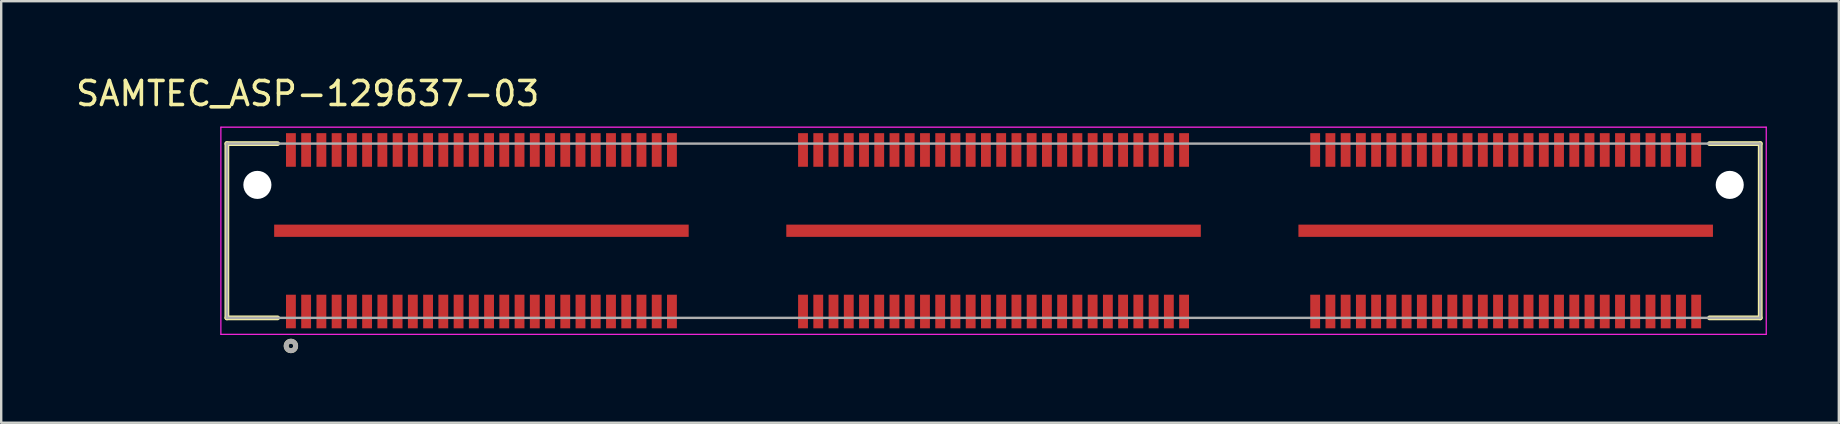
<source format=kicad_pcb>
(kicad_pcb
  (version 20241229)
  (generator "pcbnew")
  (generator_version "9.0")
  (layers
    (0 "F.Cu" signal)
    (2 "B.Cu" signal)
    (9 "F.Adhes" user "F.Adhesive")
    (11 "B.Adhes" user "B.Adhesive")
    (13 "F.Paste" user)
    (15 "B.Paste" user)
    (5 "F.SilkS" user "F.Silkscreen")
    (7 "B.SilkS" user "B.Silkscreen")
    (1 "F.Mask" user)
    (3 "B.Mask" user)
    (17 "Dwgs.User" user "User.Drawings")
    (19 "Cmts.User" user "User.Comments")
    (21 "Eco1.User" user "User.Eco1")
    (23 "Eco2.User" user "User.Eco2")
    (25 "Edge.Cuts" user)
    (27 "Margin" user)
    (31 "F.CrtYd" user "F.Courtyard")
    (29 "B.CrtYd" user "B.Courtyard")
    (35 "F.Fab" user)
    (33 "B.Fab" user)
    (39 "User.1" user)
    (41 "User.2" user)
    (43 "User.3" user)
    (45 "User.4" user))
  (footprint "SAMTEC_ASP-129637-03"
    (layer "F.Cu")
    (at 38.343 6.563)
    (property "Reference" "SAMTEC_ASP-129637-03" (at -28.575 -5.715 0) (layer "F.SilkS") (effects (font (size 1 1) (thickness 0.15))))
    (attr smd)
    (fp_line (start -31.941 -3.63) (end -29.828 -3.63) (stroke (width 0.2) (type solid)) (layer "F.SilkS"))
    (fp_line (start -31.941 3.63) (end -31.941 -3.63) (stroke (width 0.2) (type solid)) (layer "F.SilkS"))
    (fp_line (start -29.828 3.63) (end -31.941 3.63) (stroke (width 0.2) (type solid)) (layer "F.SilkS"))
    (fp_line (start 29.828 -3.63) (end 31.941 -3.63) (stroke (width 0.2) (type solid)) (layer "F.SilkS"))
    (fp_line (start 31.941 -3.63) (end 31.941 3.63) (stroke (width 0.2) (type solid)) (layer "F.SilkS"))
    (fp_line (start 31.941 3.63) (end 29.828 3.63) (stroke (width 0.2) (type solid)) (layer "F.SilkS"))
    (fp_circle (center -29.273 4.8) (end -29.174 4.8) (stroke (width 0.2) (type solid)) (fill no) (layer "F.SilkS"))
    (fp_line (start -32.191 -4.315) (end -32.191 4.315) (stroke (width 0.05) (type solid)) (layer "F.CrtYd"))
    (fp_line (start -32.191 4.315) (end 32.191 4.315) (stroke (width 0.05) (type solid)) (layer "F.CrtYd"))
    (fp_line (start 32.191 -4.315) (end -32.191 -4.315) (stroke (width 0.05) (type solid)) (layer "F.CrtYd"))
    (fp_line (start 32.191 4.315) (end 32.191 -4.315) (stroke (width 0.05) (type solid)) (layer "F.CrtYd"))
    (fp_line (start -31.941 -3.63) (end 31.941 -3.63) (stroke (width 0.1) (type solid)) (layer "F.Fab"))
    (fp_line (start -31.941 3.63) (end -31.941 -3.63) (stroke (width 0.1) (type solid)) (layer "F.Fab"))
    (fp_line (start 31.941 -3.63) (end 31.941 3.63) (stroke (width 0.1) (type solid)) (layer "F.Fab"))
    (fp_line (start 31.941 3.63) (end -31.941 3.63) (stroke (width 0.1) (type solid)) (layer "F.Fab"))
    (fp_circle (center -29.273 4.8) (end -29.174 4.8) (stroke (width 0.2) (type solid)) (fill no) (layer "F.Fab"))
    (pad "" np_thru_hole circle (at -30.67 -1.91) (size 1.17 1.17) (drill 1.17) (layers "*.Cu" "*.Mask"))
    (pad "" np_thru_hole circle (at 30.67 -1.91) (size 1.17 1.17) (drill 1.17) (layers "*.Cu" "*.Mask"))
    (pad "01" smd rect (at -29.273 3.365) (size 0.41 1.4) (layers "F.Cu" "F.Mask" "F.Paste"))
    (pad "02" smd rect (at -29.273 -3.365) (size 0.41 1.4) (layers "F.Cu" "F.Mask" "F.Paste"))
    (pad "03" smd rect (at -28.639 3.365) (size 0.41 1.4) (layers "F.Cu" "F.Mask" "F.Paste"))
    (pad "04" smd rect (at -28.639 -3.365) (size 0.41 1.4) (layers "F.Cu" "F.Mask" "F.Paste"))
    (pad "05" smd rect (at -28.003 3.365) (size 0.41 1.4) (layers "F.Cu" "F.Mask" "F.Paste"))
    (pad "06" smd rect (at -28.003 -3.365) (size 0.41 1.4) (layers "F.Cu" "F.Mask" "F.Paste"))
    (pad "07" smd rect (at -27.369 3.365) (size 0.41 1.4) (layers "F.Cu" "F.Mask" "F.Paste"))
    (pad "08" smd rect (at -27.369 -3.365) (size 0.41 1.4) (layers "F.Cu" "F.Mask" "F.Paste"))
    (pad "09" smd rect (at -26.733 3.365) (size 0.41 1.4) (layers "F.Cu" "F.Mask" "F.Paste"))
    (pad "10" smd rect (at -26.733 -3.365) (size 0.41 1.4) (layers "F.Cu" "F.Mask" "F.Paste"))
    (pad "11" smd rect (at -26.099 3.365) (size 0.41 1.4) (layers "F.Cu" "F.Mask" "F.Paste"))
    (pad "12" smd rect (at -26.099 -3.365) (size 0.41 1.4) (layers "F.Cu" "F.Mask" "F.Paste"))
    (pad "13" smd rect (at -25.463 3.365) (size 0.41 1.4) (layers "F.Cu" "F.Mask" "F.Paste"))
    (pad "14" smd rect (at -25.463 -3.365) (size 0.41 1.4) (layers "F.Cu" "F.Mask" "F.Paste"))
    (pad "15" smd rect (at -24.828 3.365) (size 0.41 1.4) (layers "F.Cu" "F.Mask" "F.Paste"))
    (pad "16" smd rect (at -24.828 -3.365) (size 0.41 1.4) (layers "F.Cu" "F.Mask" "F.Paste"))
    (pad "17" smd rect (at -24.194 3.365) (size 0.41 1.4) (layers "F.Cu" "F.Mask" "F.Paste"))
    (pad "18" smd rect (at -24.194 -3.365) (size 0.41 1.4) (layers "F.Cu" "F.Mask" "F.Paste"))
    (pad "19" smd rect (at -23.558 3.365) (size 0.41 1.4) (layers "F.Cu" "F.Mask" "F.Paste"))
    (pad "20" smd rect (at -23.558 -3.365) (size 0.41 1.4) (layers "F.Cu" "F.Mask" "F.Paste"))
    (pad "21" smd rect (at -22.924 3.365) (size 0.41 1.4) (layers "F.Cu" "F.Mask" "F.Paste"))
    (pad "22" smd rect (at -22.924 -3.365) (size 0.41 1.4) (layers "F.Cu" "F.Mask" "F.Paste"))
    (pad "23" smd rect (at -22.288 3.365) (size 0.41 1.4) (layers "F.Cu" "F.Mask" "F.Paste"))
    (pad "24" smd rect (at -22.288 -3.365) (size 0.41 1.4) (layers "F.Cu" "F.Mask" "F.Paste"))
    (pad "25" smd rect (at -21.654 3.365) (size 0.41 1.4) (layers "F.Cu" "F.Mask" "F.Paste"))
    (pad "26" smd rect (at -21.654 -3.365) (size 0.41 1.4) (layers "F.Cu" "F.Mask" "F.Paste"))
    (pad "27" smd rect (at -21.018 3.365) (size 0.41 1.4) (layers "F.Cu" "F.Mask" "F.Paste"))
    (pad "28" smd rect (at -21.018 -3.365) (size 0.41 1.4) (layers "F.Cu" "F.Mask" "F.Paste"))
    (pad "29" smd rect (at -20.384 3.365) (size 0.41 1.4) (layers "F.Cu" "F.Mask" "F.Paste"))
    (pad "30" smd rect (at -20.384 -3.365) (size 0.41 1.4) (layers "F.Cu" "F.Mask" "F.Paste"))
    (pad "31" smd rect (at -19.748 3.365) (size 0.41 1.4) (layers "F.Cu" "F.Mask" "F.Paste"))
    (pad "32" smd rect (at -19.748 -3.365) (size 0.41 1.4) (layers "F.Cu" "F.Mask" "F.Paste"))
    (pad "33" smd rect (at -19.113 3.365) (size 0.41 1.4) (layers "F.Cu" "F.Mask" "F.Paste"))
    (pad "34" smd rect (at -19.113 -3.365) (size 0.41 1.4) (layers "F.Cu" "F.Mask" "F.Paste"))
    (pad "35" smd rect (at -18.479 3.365) (size 0.41 1.4) (layers "F.Cu" "F.Mask" "F.Paste"))
    (pad "36" smd rect (at -18.479 -3.365) (size 0.41 1.4) (layers "F.Cu" "F.Mask" "F.Paste"))
    (pad "37" smd rect (at -17.843 3.365) (size 0.41 1.4) (layers "F.Cu" "F.Mask" "F.Paste"))
    (pad "38" smd rect (at -17.843 -3.365) (size 0.41 1.4) (layers "F.Cu" "F.Mask" "F.Paste"))
    (pad "39" smd rect (at -17.209 3.365) (size 0.41 1.4) (layers "F.Cu" "F.Mask" "F.Paste"))
    (pad "40" smd rect (at -17.209 -3.365) (size 0.41 1.4) (layers "F.Cu" "F.Mask" "F.Paste"))
    (pad "41" smd rect (at -16.573 3.365) (size 0.41 1.4) (layers "F.Cu" "F.Mask" "F.Paste"))
    (pad "42" smd rect (at -16.573 -3.365) (size 0.41 1.4) (layers "F.Cu" "F.Mask" "F.Paste"))
    (pad "43" smd rect (at -15.938 3.365) (size 0.41 1.4) (layers "F.Cu" "F.Mask" "F.Paste"))
    (pad "44" smd rect (at -15.938 -3.365) (size 0.41 1.4) (layers "F.Cu" "F.Mask" "F.Paste"))
    (pad "45" smd rect (at -15.303 3.365) (size 0.41 1.4) (layers "F.Cu" "F.Mask" "F.Paste"))
    (pad "46" smd rect (at -15.303 -3.365) (size 0.41 1.4) (layers "F.Cu" "F.Mask" "F.Paste"))
    (pad "47" smd rect (at -14.668 3.365) (size 0.41 1.4) (layers "F.Cu" "F.Mask" "F.Paste"))
    (pad "48" smd rect (at -14.668 -3.365) (size 0.41 1.4) (layers "F.Cu" "F.Mask" "F.Paste"))
    (pad "49" smd rect (at -14.034 3.365) (size 0.41 1.4) (layers "F.Cu" "F.Mask" "F.Paste"))
    (pad "50" smd rect (at -14.034 -3.365) (size 0.41 1.4) (layers "F.Cu" "F.Mask" "F.Paste"))
    (pad "51" smd rect (at -13.399 3.365) (size 0.41 1.4) (layers "F.Cu" "F.Mask" "F.Paste"))
    (pad "52" smd rect (at -13.399 -3.365) (size 0.41 1.4) (layers "F.Cu" "F.Mask" "F.Paste"))
    (pad "53" smd rect (at -7.938 3.365) (size 0.41 1.4) (layers "F.Cu" "F.Mask" "F.Paste"))
    (pad "54" smd rect (at -7.938 -3.365) (size 0.41 1.4) (layers "F.Cu" "F.Mask" "F.Paste"))
    (pad "55" smd rect (at -7.303 3.365) (size 0.41 1.4) (layers "F.Cu" "F.Mask" "F.Paste"))
    (pad "56" smd rect (at -7.303 -3.365) (size 0.41 1.4) (layers "F.Cu" "F.Mask" "F.Paste"))
    (pad "57" smd rect (at -6.668 3.365) (size 0.41 1.4) (layers "F.Cu" "F.Mask" "F.Paste"))
    (pad "58" smd rect (at -6.668 -3.365) (size 0.41 1.4) (layers "F.Cu" "F.Mask" "F.Paste"))
    (pad "59" smd rect (at -6.032 3.365) (size 0.41 1.4) (layers "F.Cu" "F.Mask" "F.Paste"))
    (pad "60" smd rect (at -6.032 -3.365) (size 0.41 1.4) (layers "F.Cu" "F.Mask" "F.Paste"))
    (pad "61" smd rect (at -5.397 3.365) (size 0.41 1.4) (layers "F.Cu" "F.Mask" "F.Paste"))
    (pad "62" smd rect (at -5.397 -3.365) (size 0.41 1.4) (layers "F.Cu" "F.Mask" "F.Paste"))
    (pad "63" smd rect (at -4.763 3.365) (size 0.41 1.4) (layers "F.Cu" "F.Mask" "F.Paste"))
    (pad "64" smd rect (at -4.763 -3.365) (size 0.41 1.4) (layers "F.Cu" "F.Mask" "F.Paste"))
    (pad "65" smd rect (at -4.128 3.365) (size 0.41 1.4) (layers "F.Cu" "F.Mask" "F.Paste"))
    (pad "66" smd rect (at -4.128 -3.365) (size 0.41 1.4) (layers "F.Cu" "F.Mask" "F.Paste"))
    (pad "67" smd rect (at -3.493 3.365) (size 0.41 1.4) (layers "F.Cu" "F.Mask" "F.Paste"))
    (pad "68" smd rect (at -3.493 -3.365) (size 0.41 1.4) (layers "F.Cu" "F.Mask" "F.Paste"))
    (pad "69" smd rect (at -2.857 3.365) (size 0.41 1.4) (layers "F.Cu" "F.Mask" "F.Paste"))
    (pad "70" smd rect (at -2.857 -3.365) (size 0.41 1.4) (layers "F.Cu" "F.Mask" "F.Paste"))
    (pad "71" smd rect (at -2.223 3.365) (size 0.41 1.4) (layers "F.Cu" "F.Mask" "F.Paste"))
    (pad "72" smd rect (at -2.223 -3.365) (size 0.41 1.4) (layers "F.Cu" "F.Mask" "F.Paste"))
    (pad "73" smd rect (at -1.587 3.365) (size 0.41 1.4) (layers "F.Cu" "F.Mask" "F.Paste"))
    (pad "74" smd rect (at -1.587 -3.365) (size 0.41 1.4) (layers "F.Cu" "F.Mask" "F.Paste"))
    (pad "75" smd rect (at -0.953 3.365) (size 0.41 1.4) (layers "F.Cu" "F.Mask" "F.Paste"))
    (pad "76" smd rect (at -0.953 -3.365) (size 0.41 1.4) (layers "F.Cu" "F.Mask" "F.Paste"))
    (pad "77" smd rect (at -0.318 3.365) (size 0.41 1.4) (layers "F.Cu" "F.Mask" "F.Paste"))
    (pad "78" smd rect (at -0.318 -3.365) (size 0.41 1.4) (layers "F.Cu" "F.Mask" "F.Paste"))
    (pad "79" smd rect (at 0.318 3.365) (size 0.41 1.4) (layers "F.Cu" "F.Mask" "F.Paste"))
    (pad "80" smd rect (at 0.318 -3.365) (size 0.41 1.4) (layers "F.Cu" "F.Mask" "F.Paste"))
    (pad "81" smd rect (at 0.953 3.365) (size 0.41 1.4) (layers "F.Cu" "F.Mask" "F.Paste"))
    (pad "82" smd rect (at 0.953 -3.365) (size 0.41 1.4) (layers "F.Cu" "F.Mask" "F.Paste"))
    (pad "83" smd rect (at 1.587 3.365) (size 0.41 1.4) (layers "F.Cu" "F.Mask" "F.Paste"))
    (pad "84" smd rect (at 1.587 -3.365) (size 0.41 1.4) (layers "F.Cu" "F.Mask" "F.Paste"))
    (pad "85" smd rect (at 2.223 3.365) (size 0.41 1.4) (layers "F.Cu" "F.Mask" "F.Paste"))
    (pad "86" smd rect (at 2.223 -3.365) (size 0.41 1.4) (layers "F.Cu" "F.Mask" "F.Paste"))
    (pad "87" smd rect (at 2.857 3.365) (size 0.41 1.4) (layers "F.Cu" "F.Mask" "F.Paste"))
    (pad "88" smd rect (at 2.857 -3.365) (size 0.41 1.4) (layers "F.Cu" "F.Mask" "F.Paste"))
    (pad "89" smd rect (at 3.493 3.365) (size 0.41 1.4) (layers "F.Cu" "F.Mask" "F.Paste"))
    (pad "90" smd rect (at 3.493 -3.365) (size 0.41 1.4) (layers "F.Cu" "F.Mask" "F.Paste"))
    (pad "91" smd rect (at 4.128 3.365) (size 0.41 1.4) (layers "F.Cu" "F.Mask" "F.Paste"))
    (pad "92" smd rect (at 4.128 -3.365) (size 0.41 1.4) (layers "F.Cu" "F.Mask" "F.Paste"))
    (pad "93" smd rect (at 4.763 3.365) (size 0.41 1.4) (layers "F.Cu" "F.Mask" "F.Paste"))
    (pad "94" smd rect (at 4.763 -3.365) (size 0.41 1.4) (layers "F.Cu" "F.Mask" "F.Paste"))
    (pad "95" smd rect (at 5.397 3.365) (size 0.41 1.4) (layers "F.Cu" "F.Mask" "F.Paste"))
    (pad "96" smd rect (at 5.397 -3.365) (size 0.41 1.4) (layers "F.Cu" "F.Mask" "F.Paste"))
    (pad "97" smd rect (at 6.032 3.365) (size 0.41 1.4) (layers "F.Cu" "F.Mask" "F.Paste"))
    (pad "98" smd rect (at 6.032 -3.365) (size 0.41 1.4) (layers "F.Cu" "F.Mask" "F.Paste"))
    (pad "99" smd rect (at 6.668 3.365) (size 0.41 1.4) (layers "F.Cu" "F.Mask" "F.Paste"))
    (pad "100" smd rect (at 6.668 -3.365) (size 0.41 1.4) (layers "F.Cu" "F.Mask" "F.Paste"))
    (pad "101" smd rect (at 7.303 3.365) (size 0.41 1.4) (layers "F.Cu" "F.Mask" "F.Paste"))
    (pad "102" smd rect (at 7.303 -3.365) (size 0.41 1.4) (layers "F.Cu" "F.Mask" "F.Paste"))
    (pad "103" smd rect (at 7.938 3.365) (size 0.41 1.4) (layers "F.Cu" "F.Mask" "F.Paste"))
    (pad "104" smd rect (at 7.938 -3.365) (size 0.41 1.4) (layers "F.Cu" "F.Mask" "F.Paste"))
    (pad "105" smd rect (at 13.399 3.365) (size 0.41 1.4) (layers "F.Cu" "F.Mask" "F.Paste"))
    (pad "106" smd rect (at 13.399 -3.365) (size 0.41 1.4) (layers "F.Cu" "F.Mask" "F.Paste"))
    (pad "107" smd rect (at 14.034 3.365) (size 0.41 1.4) (layers "F.Cu" "F.Mask" "F.Paste"))
    (pad "108" smd rect (at 14.034 -3.365) (size 0.41 1.4) (layers "F.Cu" "F.Mask" "F.Paste"))
    (pad "109" smd rect (at 14.668 3.365) (size 0.41 1.4) (layers "F.Cu" "F.Mask" "F.Paste"))
    (pad "110" smd rect (at 14.668 -3.365) (size 0.41 1.4) (layers "F.Cu" "F.Mask" "F.Paste"))
    (pad "111" smd rect (at 15.303 3.365) (size 0.41 1.4) (layers "F.Cu" "F.Mask" "F.Paste"))
    (pad "112" smd rect (at 15.303 -3.365) (size 0.41 1.4) (layers "F.Cu" "F.Mask" "F.Paste"))
    (pad "113" smd rect (at 15.938 3.365) (size 0.41 1.4) (layers "F.Cu" "F.Mask" "F.Paste"))
    (pad "114" smd rect (at 15.938 -3.365) (size 0.41 1.4) (layers "F.Cu" "F.Mask" "F.Paste"))
    (pad "115" smd rect (at 16.573 3.365) (size 0.41 1.4) (layers "F.Cu" "F.Mask" "F.Paste"))
    (pad "116" smd rect (at 16.573 -3.365) (size 0.41 1.4) (layers "F.Cu" "F.Mask" "F.Paste"))
    (pad "117" smd rect (at 17.209 3.365) (size 0.41 1.4) (layers "F.Cu" "F.Mask" "F.Paste"))
    (pad "118" smd rect (at 17.209 -3.365) (size 0.41 1.4) (layers "F.Cu" "F.Mask" "F.Paste"))
    (pad "119" smd rect (at 17.843 3.365) (size 0.41 1.4) (layers "F.Cu" "F.Mask" "F.Paste"))
    (pad "120" smd rect (at 17.843 -3.365) (size 0.41 1.4) (layers "F.Cu" "F.Mask" "F.Paste"))
    (pad "121" smd rect (at 18.479 3.365) (size 0.41 1.4) (layers "F.Cu" "F.Mask" "F.Paste"))
    (pad "122" smd rect (at 18.479 -3.365) (size 0.41 1.4) (layers "F.Cu" "F.Mask" "F.Paste"))
    (pad "123" smd rect (at 19.113 3.365) (size 0.41 1.4) (layers "F.Cu" "F.Mask" "F.Paste"))
    (pad "124" smd rect (at 19.113 -3.365) (size 0.41 1.4) (layers "F.Cu" "F.Mask" "F.Paste"))
    (pad "125" smd rect (at 19.748 3.365) (size 0.41 1.4) (layers "F.Cu" "F.Mask" "F.Paste"))
    (pad "126" smd rect (at 19.748 -3.365) (size 0.41 1.4) (layers "F.Cu" "F.Mask" "F.Paste"))
    (pad "127" smd rect (at 20.384 3.365) (size 0.41 1.4) (layers "F.Cu" "F.Mask" "F.Paste"))
    (pad "128" smd rect (at 20.384 -3.365) (size 0.41 1.4) (layers "F.Cu" "F.Mask" "F.Paste"))
    (pad "129" smd rect (at 21.018 3.365) (size 0.41 1.4) (layers "F.Cu" "F.Mask" "F.Paste"))
    (pad "130" smd rect (at 21.018 -3.365) (size 0.41 1.4) (layers "F.Cu" "F.Mask" "F.Paste"))
    (pad "131" smd rect (at 21.654 3.365) (size 0.41 1.4) (layers "F.Cu" "F.Mask" "F.Paste"))
    (pad "132" smd rect (at 21.654 -3.365) (size 0.41 1.4) (layers "F.Cu" "F.Mask" "F.Paste"))
    (pad "133" smd rect (at 22.288 3.365) (size 0.41 1.4) (layers "F.Cu" "F.Mask" "F.Paste"))
    (pad "134" smd rect (at 22.288 -3.365) (size 0.41 1.4) (layers "F.Cu" "F.Mask" "F.Paste"))
    (pad "135" smd rect (at 22.924 3.365) (size 0.41 1.4) (layers "F.Cu" "F.Mask" "F.Paste"))
    (pad "136" smd rect (at 22.924 -3.365) (size 0.41 1.4) (layers "F.Cu" "F.Mask" "F.Paste"))
    (pad "137" smd rect (at 23.558 3.365) (size 0.41 1.4) (layers "F.Cu" "F.Mask" "F.Paste"))
    (pad "138" smd rect (at 23.558 -3.365) (size 0.41 1.4) (layers "F.Cu" "F.Mask" "F.Paste"))
    (pad "139" smd rect (at 24.194 3.365) (size 0.41 1.4) (layers "F.Cu" "F.Mask" "F.Paste"))
    (pad "140" smd rect (at 24.194 -3.365) (size 0.41 1.4) (layers "F.Cu" "F.Mask" "F.Paste"))
    (pad "141" smd rect (at 24.828 3.365) (size 0.41 1.4) (layers "F.Cu" "F.Mask" "F.Paste"))
    (pad "142" smd rect (at 24.828 -3.365) (size 0.41 1.4) (layers "F.Cu" "F.Mask" "F.Paste"))
    (pad "143" smd rect (at 25.463 3.365) (size 0.41 1.4) (layers "F.Cu" "F.Mask" "F.Paste"))
    (pad "144" smd rect (at 25.463 -3.365) (size 0.41 1.4) (layers "F.Cu" "F.Mask" "F.Paste"))
    (pad "145" smd rect (at 26.099 3.365) (size 0.41 1.4) (layers "F.Cu" "F.Mask" "F.Paste"))
    (pad "146" smd rect (at 26.099 -3.365) (size 0.41 1.4) (layers "F.Cu" "F.Mask" "F.Paste"))
    (pad "147" smd rect (at 26.733 3.365) (size 0.41 1.4) (layers "F.Cu" "F.Mask" "F.Paste"))
    (pad "148" smd rect (at 26.733 -3.365) (size 0.41 1.4) (layers "F.Cu" "F.Mask" "F.Paste"))
    (pad "149" smd rect (at 27.369 3.365) (size 0.41 1.4) (layers "F.Cu" "F.Mask" "F.Paste"))
    (pad "150" smd rect (at 27.369 -3.365) (size 0.41 1.4) (layers "F.Cu" "F.Mask" "F.Paste"))
    (pad "151" smd rect (at 28.003 3.365) (size 0.41 1.4) (layers "F.Cu" "F.Mask" "F.Paste"))
    (pad "152" smd rect (at 28.003 -3.365) (size 0.41 1.4) (layers "F.Cu" "F.Mask" "F.Paste"))
    (pad "153" smd rect (at 28.639 3.365) (size 0.41 1.4) (layers "F.Cu" "F.Mask" "F.Paste"))
    (pad "154" smd rect (at 28.639 -3.365) (size 0.41 1.4) (layers "F.Cu" "F.Mask" "F.Paste"))
    (pad "155" smd rect (at 29.273 3.365) (size 0.41 1.4) (layers "F.Cu" "F.Mask" "F.Paste"))
    (pad "156" smd rect (at 29.273 -3.365) (size 0.41 1.4) (layers "F.Cu" "F.Mask" "F.Paste"))
    (pad "G1" smd rect (at -21.336 0) (size 17.27 0.51) (layers "F.Cu" "F.Mask" "F.Paste"))
    (pad "G2" smd rect (at 0 0) (size 17.27 0.51) (layers "F.Cu" "F.Mask" "F.Paste"))
    (pad "G3" smd rect (at 21.336 0) (size 17.27 0.51) (layers "F.Cu" "F.Mask" "F.Paste")))
  (gr_rect
    (start -3 -3)
    (end 73.558 14.563)
    (stroke (width 0.1) (type default))
    (fill no)
    (layer "Edge.Cuts")))
</source>
